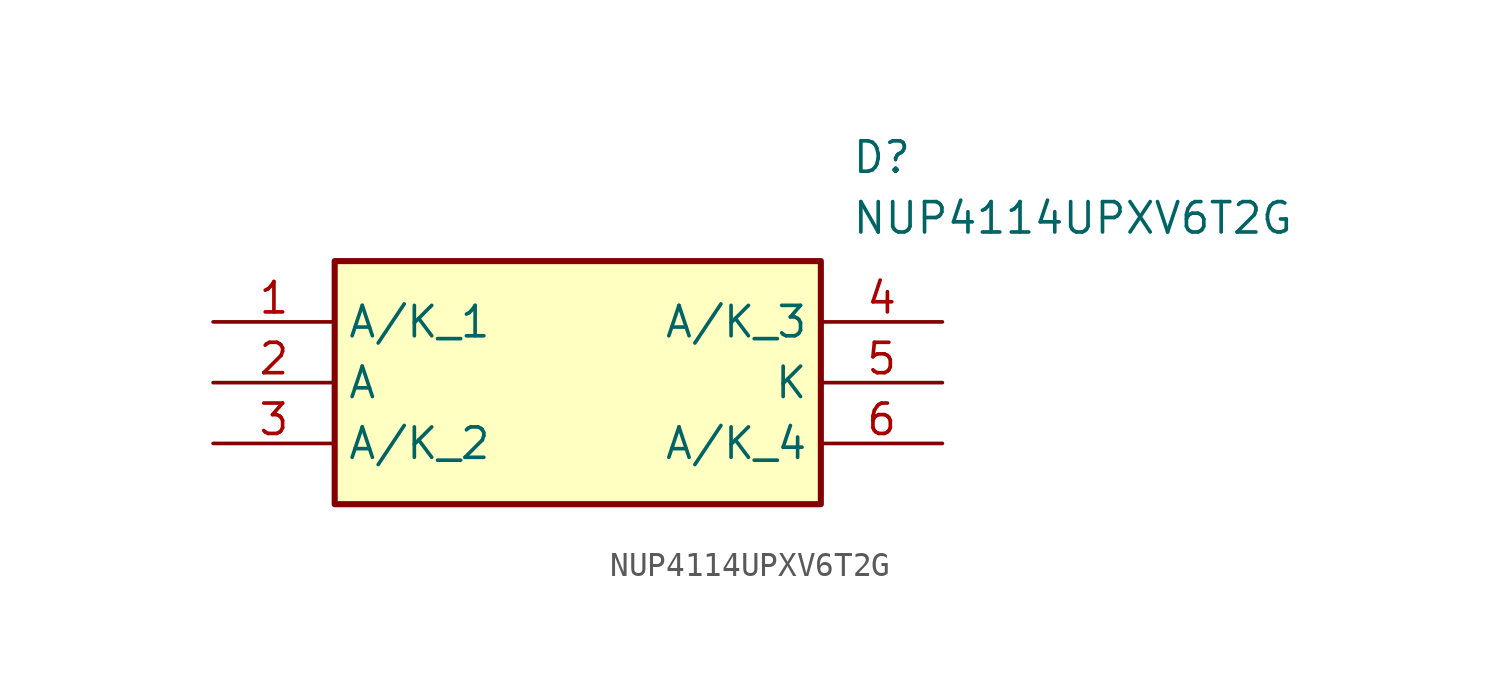
<source format=kicad_sym>
(kicad_symbol_lib
  (version 20211014)
  (generator SamacSys_ECAD_Model)
  (symbol "NUP4114UPXV6T2G"
    (property "Reference" "D"
      (at 26.67 7.62 0)
      (effects (font (size 1.27 1.27)) (justify left top)))
    (property "Value" "NUP4114UPXV6T2G"
      (at 26.67 5.08 0)
      (effects (font (size 1.27 1.27)) (justify left top)))
    (rectangle
      (start 5.08 2.54)
      (end 25.4 -7.62)
      (stroke (width 0.254) (type default))
      (fill (type background)))
    (pin passive line
      (at 0 0 0)
      (length 5.08)
      (name "A/K_1" (effects (font (size 1.27 1.27))))
      (number "1" (effects (font (size 1.27 1.27)))))
    (pin passive line
      (at 0 -2.54 0)
      (length 5.08)
      (name "A" (effects (font (size 1.27 1.27))))
      (number "2" (effects (font (size 1.27 1.27)))))
    (pin passive line
      (at 0 -5.08 0)
      (length 5.08)
      (name "A/K_2" (effects (font (size 1.27 1.27))))
      (number "3" (effects (font (size 1.27 1.27)))))
    (pin passive line
      (at 30.48 0 180)
      (length 5.08)
      (name "A/K_3" (effects (font (size 1.27 1.27))))
      (number "4" (effects (font (size 1.27 1.27)))))
    (pin passive line
      (at 30.48 -2.54 180)
      (length 5.08)
      (name "K" (effects (font (size 1.27 1.27))))
      (number "5" (effects (font (size 1.27 1.27)))))
    (pin passive line
      (at 30.48 -5.08 180)
      (length 5.08)
      (name "A/K_4" (effects (font (size 1.27 1.27))))
      (number "6" (effects (font (size 1.27 1.27)))))))
</source>
